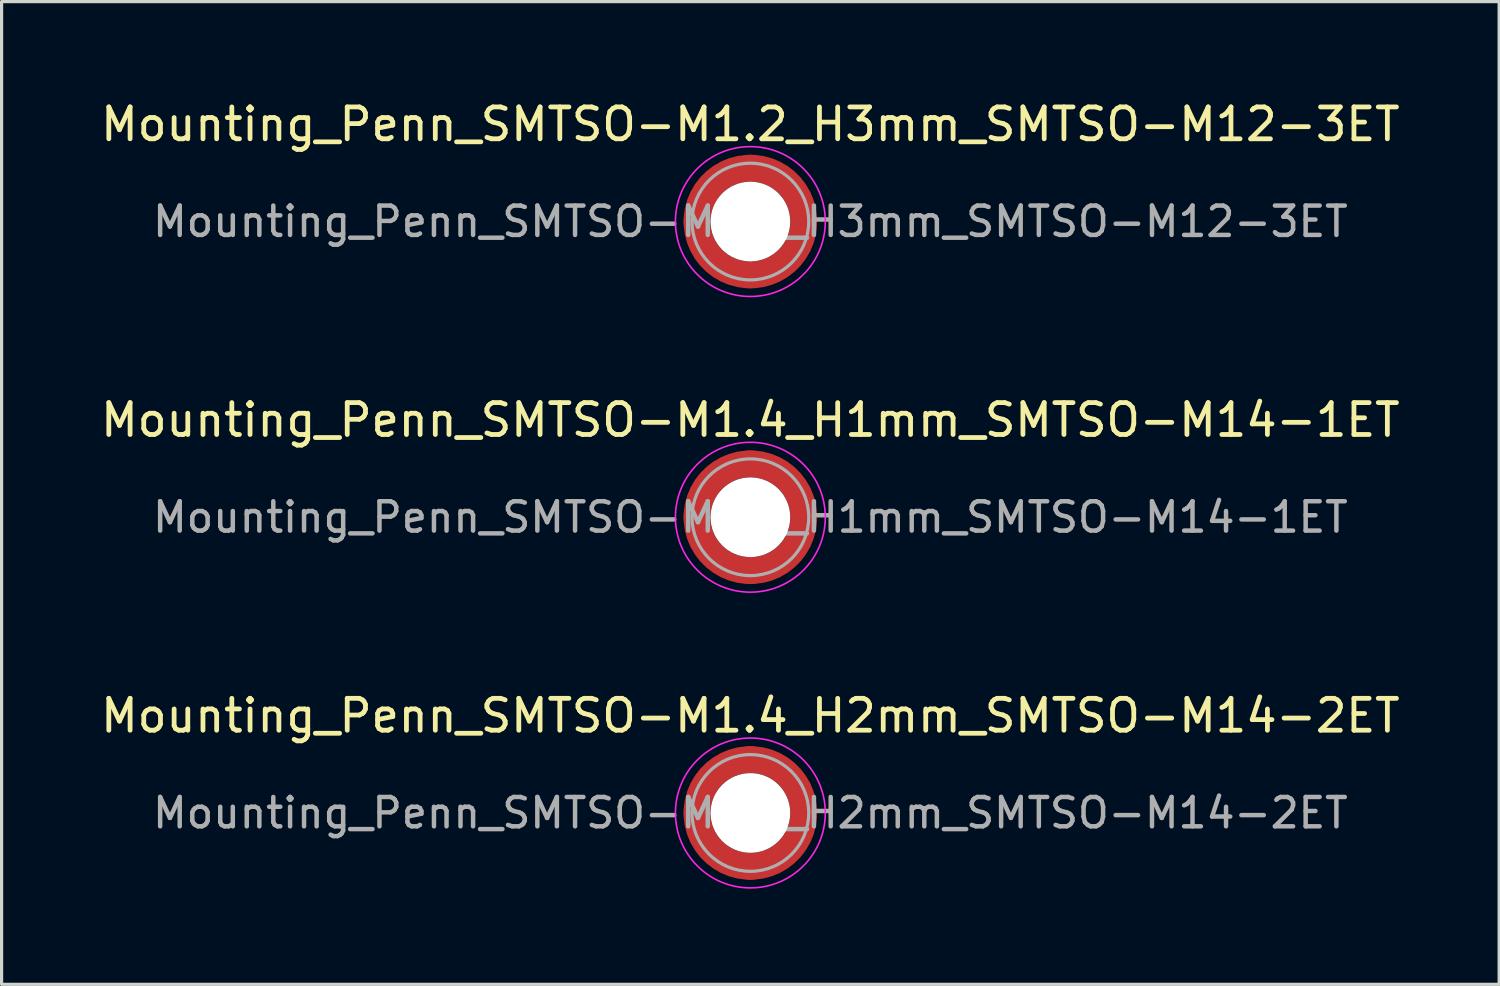
<source format=kicad_pcb>
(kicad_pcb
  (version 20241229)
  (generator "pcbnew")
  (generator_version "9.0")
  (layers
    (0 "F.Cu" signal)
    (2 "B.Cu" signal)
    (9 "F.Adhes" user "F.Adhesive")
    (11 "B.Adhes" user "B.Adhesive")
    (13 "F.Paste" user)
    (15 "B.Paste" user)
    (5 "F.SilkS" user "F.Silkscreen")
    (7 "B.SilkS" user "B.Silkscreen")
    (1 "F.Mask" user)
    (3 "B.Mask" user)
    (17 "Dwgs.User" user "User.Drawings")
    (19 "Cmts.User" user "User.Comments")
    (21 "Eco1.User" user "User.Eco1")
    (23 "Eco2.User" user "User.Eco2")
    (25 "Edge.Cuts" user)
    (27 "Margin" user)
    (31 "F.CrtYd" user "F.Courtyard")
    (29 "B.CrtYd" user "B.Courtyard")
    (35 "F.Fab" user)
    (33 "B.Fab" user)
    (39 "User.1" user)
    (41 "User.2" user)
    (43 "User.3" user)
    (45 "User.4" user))
  (footprint "Mounting_Penn_SMTSO-M1.4_H2mm_SMTSO-M14-2ET"
    (layer "F.Cu")
    (at 20.482 22.445)
    (property "Reference" "Mounting_Penn_SMTSO-M1.4_H2mm_SMTSO-M14-2ET" (at 0 -3.05 0) (layer "F.SilkS") (effects (font (size 1 1) (thickness 0.15))))
    (attr smd)
    (fp_circle (center 0 0) (end 2.35 0) (stroke (width 0.05) (type solid)) (fill no) (layer "F.CrtYd"))
    (fp_circle (center 0 0) (end 1.83 0) (stroke (width 0.1) (type solid)) (fill no) (layer "F.Fab"))
    (fp_text user "${REFERENCE}" (at 0 0 0) (layer "F.Fab") (effects (font (size 0.92 0.92) (thickness 0.14))))
    (pad "" smd custom (at -1.183 -1.183) (size 0.323 0.323) (layers "F.Paste") (options (anchor circle)) (primitives (gr_arc (start -0.23599 0.882636) (mid 0.157331 0.157331) (end 0.882636 -0.23599) (width 0.2)) (gr_arc (start -0.326841 0.882636) (mid 0.094399 0.094399) (end 0.882636 -0.326841) (width 0.2)) (gr_arc (start -0.417484 0.882636) (mid 0.031466 0.031466) (end 0.882636 -0.417484) (width 0.2)) (gr_arc (start -0.507952 0.882636) (mid -0.031466 -0.031466) (end 0.882636 -0.507952) (width 0.2)) (gr_arc (start -0.598273 0.882636) (mid -0.094399 -0.094399) (end 0.882636 -0.598273) (width 0.2)) (gr_arc (start -0.688467 0.882636) (mid -0.157332 -0.157332) (end 0.882636 -0.688467) (width 0.2)) (gr_line (start 0.883 -0.236) (end 0.883 -0.688) (width 0.2)) (gr_line (start -0.236 0.883) (end -0.688 0.883) (width 0.2))))
    (pad "" smd custom (at -1.183 1.183) (size 0.323 0.323) (layers "F.Paste") (options (anchor circle)) (primitives (gr_arc (start 0.882636 0.23599) (mid 0.157331 -0.157331) (end -0.23599 -0.882636) (width 0.2)) (gr_arc (start 0.882636 0.326841) (mid 0.094399 -0.094399) (end -0.326841 -0.882636) (width 0.2)) (gr_arc (start 0.882636 0.417484) (mid 0.031466 -0.031466) (end -0.417484 -0.882636) (width 0.2)) (gr_arc (start 0.882636 0.507952) (mid -0.031466 0.031466) (end -0.507952 -0.882636) (width 0.2)) (gr_arc (start 0.882636 0.598273) (mid -0.094399 0.094399) (end -0.598273 -0.882636) (width 0.2)) (gr_arc (start 0.882636 0.688467) (mid -0.157332 0.157332) (end -0.688467 -0.882636) (width 0.2)) (gr_line (start -0.236 -0.883) (end -0.688 -0.883) (width 0.2)) (gr_line (start 0.883 0.236) (end 0.883 0.688) (width 0.2))))
    (pad "" np_thru_hole circle (at 0 0) (size 2.5 2.5) (drill 2.5) (layers "*.Cu" "*.Mask"))
    (pad "" smd custom (at 1.183 -1.183) (size 0.323 0.323) (layers "F.Paste") (options (anchor circle)) (primitives (gr_arc (start -0.882636 -0.23599) (mid -0.157331 0.157331) (end 0.23599 0.882636) (width 0.2)) (gr_arc (start -0.882636 -0.326841) (mid -0.094399 0.094399) (end 0.326841 0.882636) (width 0.2)) (gr_arc (start -0.882636 -0.417484) (mid -0.031466 0.031466) (end 0.417484 0.882636) (width 0.2)) (gr_arc (start -0.882636 -0.507952) (mid 0.031466 -0.031466) (end 0.507952 0.882636) (width 0.2)) (gr_arc (start -0.882636 -0.598273) (mid 0.094399 -0.094399) (end 0.598273 0.882636) (width 0.2)) (gr_arc (start -0.882636 -0.688467) (mid 0.157332 -0.157332) (end 0.688467 0.882636) (width 0.2)) (gr_line (start 0.236 0.883) (end 0.688 0.883) (width 0.2)) (gr_line (start -0.883 -0.236) (end -0.883 -0.688) (width 0.2))))
    (pad "" smd custom (at 1.183 1.183) (size 0.323 0.323) (layers "F.Paste") (options (anchor circle)) (primitives (gr_arc (start 0.23599 -0.882636) (mid -0.157331 -0.157331) (end -0.882636 0.23599) (width 0.2)) (gr_arc (start 0.326841 -0.882636) (mid -0.094399 -0.094399) (end -0.882636 0.326841) (width 0.2)) (gr_arc (start 0.417484 -0.882636) (mid -0.031466 -0.031466) (end -0.882636 0.417484) (width 0.2)) (gr_arc (start 0.507952 -0.882636) (mid 0.031466 0.031466) (end -0.882636 0.507952) (width 0.2)) (gr_arc (start 0.598273 -0.882636) (mid 0.094399 0.094399) (end -0.882636 0.598273) (width 0.2)) (gr_arc (start 0.688467 -0.882636) (mid 0.157332 0.157332) (end -0.882636 0.688467) (width 0.2)) (gr_line (start -0.883 0.236) (end -0.883 0.688) (width 0.2)) (gr_line (start 0.236 -0.883) (end 0.688 -0.883) (width 0.2))))
    (pad "1" smd circle (at -1.673 0) (size 0.845 0.845) (layers "F.Cu"))
    (pad "1" smd circle (at 0 -1.673) (size 0.845 0.845) (layers "F.Cu"))
    (pad "1" smd circle (at 0 1.673) (size 0.845 0.845) (layers "F.Cu"))
    (pad "1" smd custom (at 1.673 0) (size 0.845 0.845) (layers "F.Cu" "F.Mask") (options (anchor circle)) (primitives (gr_circle (center -1.673 0) (end 0 0) (width 0.845) (fill no)))))
  (footprint "Mounting_Penn_SMTSO-M1.2_H3mm_SMTSO-M12-3ET"
    (layer "F.Cu")
    (at 20.482 3.898)
    (property "Reference" "Mounting_Penn_SMTSO-M1.2_H3mm_SMTSO-M12-3ET" (at 0 -3.05 0) (layer "F.SilkS") (effects (font (size 1 1) (thickness 0.15))))
    (attr smd)
    (fp_circle (center 0 0) (end 2.35 0) (stroke (width 0.05) (type solid)) (fill no) (layer "F.CrtYd"))
    (fp_circle (center 0 0) (end 1.83 0) (stroke (width 0.1) (type solid)) (fill no) (layer "F.Fab"))
    (fp_text user "${REFERENCE}" (at 0 0 0) (layer "F.Fab") (effects (font (size 0.92 0.92) (thickness 0.14))))
    (pad "" smd custom (at -1.183 -1.183) (size 0.323 0.323) (layers "F.Paste") (options (anchor circle)) (primitives (gr_arc (start -0.23599 0.882636) (mid 0.157331 0.157331) (end 0.882636 -0.23599) (width 0.2)) (gr_arc (start -0.326841 0.882636) (mid 0.094399 0.094399) (end 0.882636 -0.326841) (width 0.2)) (gr_arc (start -0.417484 0.882636) (mid 0.031466 0.031466) (end 0.882636 -0.417484) (width 0.2)) (gr_arc (start -0.507952 0.882636) (mid -0.031466 -0.031466) (end 0.882636 -0.507952) (width 0.2)) (gr_arc (start -0.598273 0.882636) (mid -0.094399 -0.094399) (end 0.882636 -0.598273) (width 0.2)) (gr_arc (start -0.688467 0.882636) (mid -0.157332 -0.157332) (end 0.882636 -0.688467) (width 0.2)) (gr_line (start 0.883 -0.236) (end 0.883 -0.688) (width 0.2)) (gr_line (start -0.236 0.883) (end -0.688 0.883) (width 0.2))))
    (pad "" smd custom (at -1.183 1.183) (size 0.323 0.323) (layers "F.Paste") (options (anchor circle)) (primitives (gr_arc (start 0.882636 0.23599) (mid 0.157331 -0.157331) (end -0.23599 -0.882636) (width 0.2)) (gr_arc (start 0.882636 0.326841) (mid 0.094399 -0.094399) (end -0.326841 -0.882636) (width 0.2)) (gr_arc (start 0.882636 0.417484) (mid 0.031466 -0.031466) (end -0.417484 -0.882636) (width 0.2)) (gr_arc (start 0.882636 0.507952) (mid -0.031466 0.031466) (end -0.507952 -0.882636) (width 0.2)) (gr_arc (start 0.882636 0.598273) (mid -0.094399 0.094399) (end -0.598273 -0.882636) (width 0.2)) (gr_arc (start 0.882636 0.688467) (mid -0.157332 0.157332) (end -0.688467 -0.882636) (width 0.2)) (gr_line (start -0.236 -0.883) (end -0.688 -0.883) (width 0.2)) (gr_line (start 0.883 0.236) (end 0.883 0.688) (width 0.2))))
    (pad "" np_thru_hole circle (at 0 0) (size 2.5 2.5) (drill 2.5) (layers "*.Cu" "*.Mask"))
    (pad "" smd custom (at 1.183 -1.183) (size 0.323 0.323) (layers "F.Paste") (options (anchor circle)) (primitives (gr_arc (start -0.882636 -0.23599) (mid -0.157331 0.157331) (end 0.23599 0.882636) (width 0.2)) (gr_arc (start -0.882636 -0.326841) (mid -0.094399 0.094399) (end 0.326841 0.882636) (width 0.2)) (gr_arc (start -0.882636 -0.417484) (mid -0.031466 0.031466) (end 0.417484 0.882636) (width 0.2)) (gr_arc (start -0.882636 -0.507952) (mid 0.031466 -0.031466) (end 0.507952 0.882636) (width 0.2)) (gr_arc (start -0.882636 -0.598273) (mid 0.094399 -0.094399) (end 0.598273 0.882636) (width 0.2)) (gr_arc (start -0.882636 -0.688467) (mid 0.157332 -0.157332) (end 0.688467 0.882636) (width 0.2)) (gr_line (start 0.236 0.883) (end 0.688 0.883) (width 0.2)) (gr_line (start -0.883 -0.236) (end -0.883 -0.688) (width 0.2))))
    (pad "" smd custom (at 1.183 1.183) (size 0.323 0.323) (layers "F.Paste") (options (anchor circle)) (primitives (gr_arc (start 0.23599 -0.882636) (mid -0.157331 -0.157331) (end -0.882636 0.23599) (width 0.2)) (gr_arc (start 0.326841 -0.882636) (mid -0.094399 -0.094399) (end -0.882636 0.326841) (width 0.2)) (gr_arc (start 0.417484 -0.882636) (mid -0.031466 -0.031466) (end -0.882636 0.417484) (width 0.2)) (gr_arc (start 0.507952 -0.882636) (mid 0.031466 0.031466) (end -0.882636 0.507952) (width 0.2)) (gr_arc (start 0.598273 -0.882636) (mid 0.094399 0.094399) (end -0.882636 0.598273) (width 0.2)) (gr_arc (start 0.688467 -0.882636) (mid 0.157332 0.157332) (end -0.882636 0.688467) (width 0.2)) (gr_line (start -0.883 0.236) (end -0.883 0.688) (width 0.2)) (gr_line (start 0.236 -0.883) (end 0.688 -0.883) (width 0.2))))
    (pad "1" smd circle (at -1.673 0) (size 0.845 0.845) (layers "F.Cu"))
    (pad "1" smd circle (at 0 -1.673) (size 0.845 0.845) (layers "F.Cu"))
    (pad "1" smd circle (at 0 1.673) (size 0.845 0.845) (layers "F.Cu"))
    (pad "1" smd custom (at 1.673 0) (size 0.845 0.845) (layers "F.Cu" "F.Mask") (options (anchor circle)) (primitives (gr_circle (center -1.673 0) (end 0 0) (width 0.845) (fill no)))))
  (footprint "Mounting_Penn_SMTSO-M1.4_H1mm_SMTSO-M14-1ET"
    (layer "F.Cu")
    (at 20.482 13.171)
    (property "Reference" "Mounting_Penn_SMTSO-M1.4_H1mm_SMTSO-M14-1ET" (at 0 -3.05 0) (layer "F.SilkS") (effects (font (size 1 1) (thickness 0.15))))
    (attr smd)
    (fp_circle (center 0 0) (end 2.35 0) (stroke (width 0.05) (type solid)) (fill no) (layer "F.CrtYd"))
    (fp_circle (center 0 0) (end 1.83 0) (stroke (width 0.1) (type solid)) (fill no) (layer "F.Fab"))
    (fp_text user "${REFERENCE}" (at 0 0 0) (layer "F.Fab") (effects (font (size 0.92 0.92) (thickness 0.14))))
    (pad "" smd custom (at -1.183 -1.183) (size 0.323 0.323) (layers "F.Paste") (options (anchor circle)) (primitives (gr_arc (start -0.23599 0.882636) (mid 0.157331 0.157331) (end 0.882636 -0.23599) (width 0.2)) (gr_arc (start -0.326841 0.882636) (mid 0.094399 0.094399) (end 0.882636 -0.326841) (width 0.2)) (gr_arc (start -0.417484 0.882636) (mid 0.031466 0.031466) (end 0.882636 -0.417484) (width 0.2)) (gr_arc (start -0.507952 0.882636) (mid -0.031466 -0.031466) (end 0.882636 -0.507952) (width 0.2)) (gr_arc (start -0.598273 0.882636) (mid -0.094399 -0.094399) (end 0.882636 -0.598273) (width 0.2)) (gr_arc (start -0.688467 0.882636) (mid -0.157332 -0.157332) (end 0.882636 -0.688467) (width 0.2)) (gr_line (start 0.883 -0.236) (end 0.883 -0.688) (width 0.2)) (gr_line (start -0.236 0.883) (end -0.688 0.883) (width 0.2))))
    (pad "" smd custom (at -1.183 1.183) (size 0.323 0.323) (layers "F.Paste") (options (anchor circle)) (primitives (gr_arc (start 0.882636 0.23599) (mid 0.157331 -0.157331) (end -0.23599 -0.882636) (width 0.2)) (gr_arc (start 0.882636 0.326841) (mid 0.094399 -0.094399) (end -0.326841 -0.882636) (width 0.2)) (gr_arc (start 0.882636 0.417484) (mid 0.031466 -0.031466) (end -0.417484 -0.882636) (width 0.2)) (gr_arc (start 0.882636 0.507952) (mid -0.031466 0.031466) (end -0.507952 -0.882636) (width 0.2)) (gr_arc (start 0.882636 0.598273) (mid -0.094399 0.094399) (end -0.598273 -0.882636) (width 0.2)) (gr_arc (start 0.882636 0.688467) (mid -0.157332 0.157332) (end -0.688467 -0.882636) (width 0.2)) (gr_line (start -0.236 -0.883) (end -0.688 -0.883) (width 0.2)) (gr_line (start 0.883 0.236) (end 0.883 0.688) (width 0.2))))
    (pad "" np_thru_hole circle (at 0 0) (size 2.5 2.5) (drill 2.5) (layers "*.Cu" "*.Mask"))
    (pad "" smd custom (at 1.183 -1.183) (size 0.323 0.323) (layers "F.Paste") (options (anchor circle)) (primitives (gr_arc (start -0.882636 -0.23599) (mid -0.157331 0.157331) (end 0.23599 0.882636) (width 0.2)) (gr_arc (start -0.882636 -0.326841) (mid -0.094399 0.094399) (end 0.326841 0.882636) (width 0.2)) (gr_arc (start -0.882636 -0.417484) (mid -0.031466 0.031466) (end 0.417484 0.882636) (width 0.2)) (gr_arc (start -0.882636 -0.507952) (mid 0.031466 -0.031466) (end 0.507952 0.882636) (width 0.2)) (gr_arc (start -0.882636 -0.598273) (mid 0.094399 -0.094399) (end 0.598273 0.882636) (width 0.2)) (gr_arc (start -0.882636 -0.688467) (mid 0.157332 -0.157332) (end 0.688467 0.882636) (width 0.2)) (gr_line (start 0.236 0.883) (end 0.688 0.883) (width 0.2)) (gr_line (start -0.883 -0.236) (end -0.883 -0.688) (width 0.2))))
    (pad "" smd custom (at 1.183 1.183) (size 0.323 0.323) (layers "F.Paste") (options (anchor circle)) (primitives (gr_arc (start 0.23599 -0.882636) (mid -0.157331 -0.157331) (end -0.882636 0.23599) (width 0.2)) (gr_arc (start 0.326841 -0.882636) (mid -0.094399 -0.094399) (end -0.882636 0.326841) (width 0.2)) (gr_arc (start 0.417484 -0.882636) (mid -0.031466 -0.031466) (end -0.882636 0.417484) (width 0.2)) (gr_arc (start 0.507952 -0.882636) (mid 0.031466 0.031466) (end -0.882636 0.507952) (width 0.2)) (gr_arc (start 0.598273 -0.882636) (mid 0.094399 0.094399) (end -0.882636 0.598273) (width 0.2)) (gr_arc (start 0.688467 -0.882636) (mid 0.157332 0.157332) (end -0.882636 0.688467) (width 0.2)) (gr_line (start -0.883 0.236) (end -0.883 0.688) (width 0.2)) (gr_line (start 0.236 -0.883) (end 0.688 -0.883) (width 0.2))))
    (pad "1" smd circle (at -1.673 0) (size 0.845 0.845) (layers "F.Cu"))
    (pad "1" smd circle (at 0 -1.673) (size 0.845 0.845) (layers "F.Cu"))
    (pad "1" smd circle (at 0 1.673) (size 0.845 0.845) (layers "F.Cu"))
    (pad "1" smd custom (at 1.673 0) (size 0.845 0.845) (layers "F.Cu" "F.Mask") (options (anchor circle)) (primitives (gr_circle (center -1.673 0) (end 0 0) (width 0.845) (fill no)))))
  (gr_rect
    (start -3 -3)
    (end 43.964 27.82)
    (stroke (width 0.1) (type default))
    (fill no)
    (layer "Edge.Cuts")))
</source>
